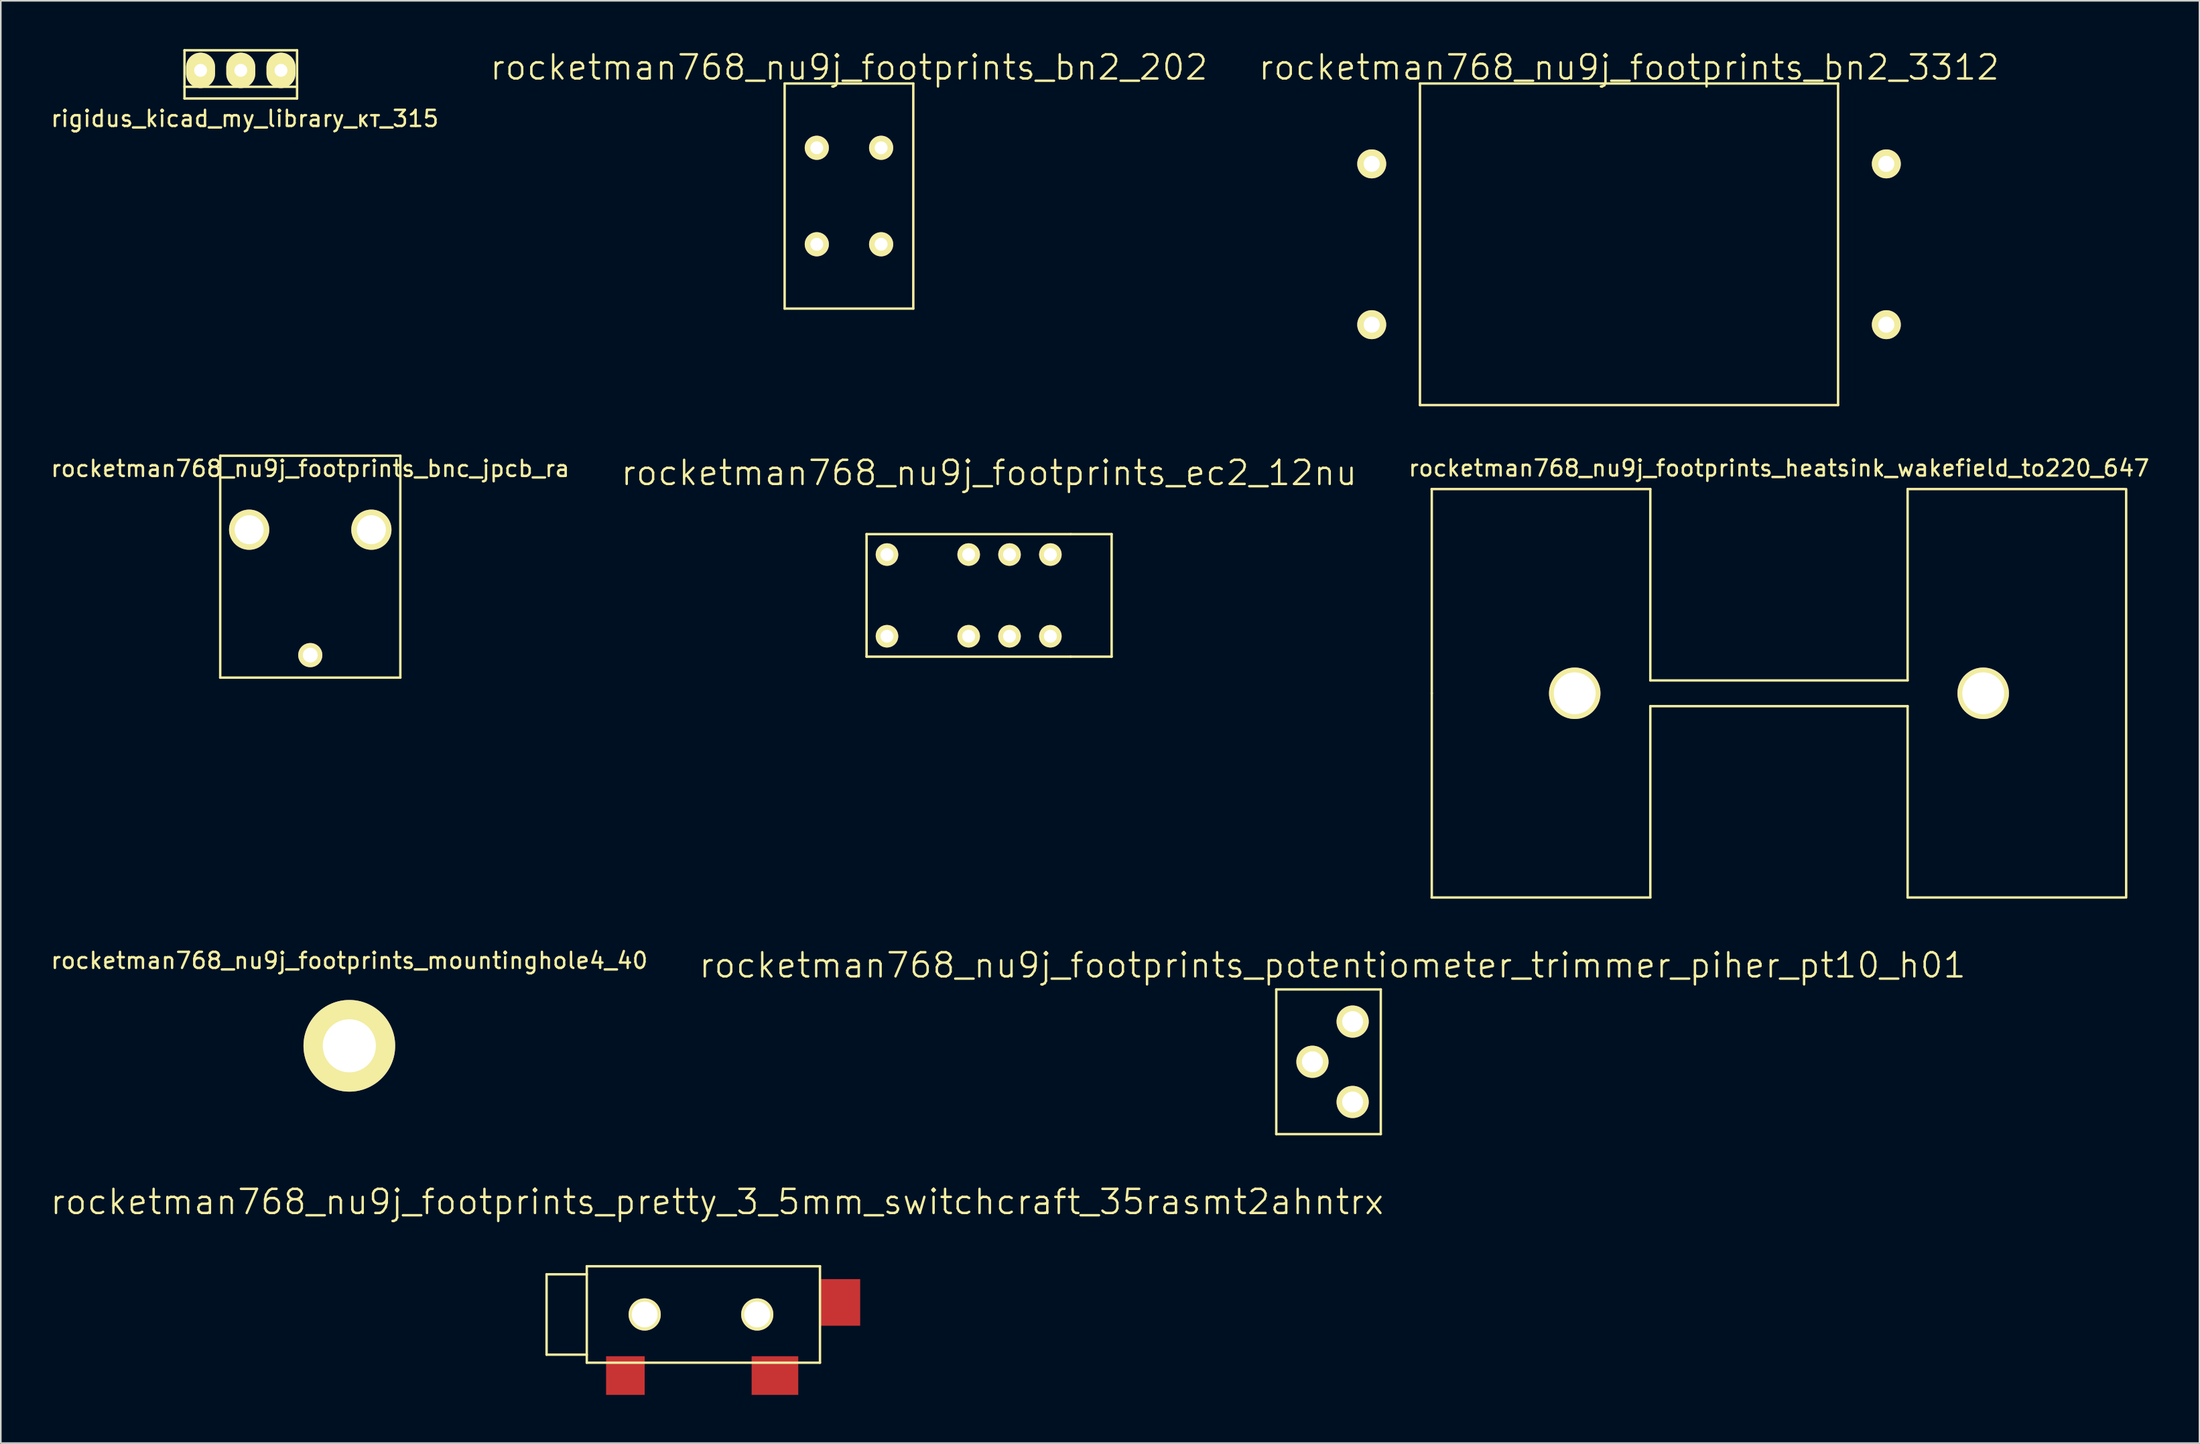
<source format=kicad_pcb>
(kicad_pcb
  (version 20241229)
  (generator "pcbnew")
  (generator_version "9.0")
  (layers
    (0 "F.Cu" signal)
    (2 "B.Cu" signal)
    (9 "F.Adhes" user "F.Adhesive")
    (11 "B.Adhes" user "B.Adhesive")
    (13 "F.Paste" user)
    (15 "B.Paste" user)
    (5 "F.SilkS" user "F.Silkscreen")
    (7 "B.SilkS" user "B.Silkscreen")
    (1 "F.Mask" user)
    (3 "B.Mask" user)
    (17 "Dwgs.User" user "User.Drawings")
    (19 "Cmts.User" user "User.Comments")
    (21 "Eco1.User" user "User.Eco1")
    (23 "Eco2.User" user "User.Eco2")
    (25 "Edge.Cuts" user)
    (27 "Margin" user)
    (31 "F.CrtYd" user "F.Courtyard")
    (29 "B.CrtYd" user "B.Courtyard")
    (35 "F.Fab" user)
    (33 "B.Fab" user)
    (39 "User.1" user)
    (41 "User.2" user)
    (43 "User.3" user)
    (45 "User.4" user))
  (footprint "rocketman768_nu9j_footprints_ec2_12nu"
    (layer "F.Cu")
    (at 52.106 36.517)
    (property "Reference" "rocketman768_nu9j_footprints_ec2_12nu" (at 6.35 -10.16 0) (layer "F.SilkS") (effects (font (size 1.5 1.5) (thickness 0.15))))
    (attr through_hole)
    (fp_line (start -1.27 -6.35) (end -1.27 1.27) (stroke (width 0.15) (type solid)) (layer "F.SilkS"))
    (fp_line (start -1.27 1.27) (end 11.43 1.27) (stroke (width 0.15) (type solid)) (layer "F.SilkS"))
    (fp_line (start 11.43 -6.35) (end -1.27 -6.35) (stroke (width 0.15) (type solid)) (layer "F.SilkS"))
    (fp_line (start 11.43 1.27) (end 13.97 1.27) (stroke (width 0.15) (type solid)) (layer "F.SilkS"))
    (fp_line (start 13.97 -6.35) (end 11.43 -6.35) (stroke (width 0.15) (type solid)) (layer "F.SilkS"))
    (fp_line (start 13.97 1.27) (end 13.97 -6.35) (stroke (width 0.15) (type solid)) (layer "F.SilkS"))
    (pad "1" thru_hole circle (at 0 0) (size 1.4 1.4) (drill 0.8) (layers "*.Cu" "*.Mask" "F.SilkS"))
    (pad "3" thru_hole circle (at 5.08 0) (size 1.4 1.4) (drill 0.8) (layers "*.Cu" "*.Mask" "F.SilkS"))
    (pad "4" thru_hole circle (at 7.62 0) (size 1.4 1.4) (drill 0.8) (layers "*.Cu" "*.Mask" "F.SilkS"))
    (pad "5" thru_hole circle (at 10.16 0) (size 1.4 1.4) (drill 0.8) (layers "*.Cu" "*.Mask" "F.SilkS"))
    (pad "8" thru_hole circle (at 10.16 -5.08) (size 1.4 1.4) (drill 0.8) (layers "*.Cu" "*.Mask" "F.SilkS"))
    (pad "9" thru_hole circle (at 7.62 -5.08) (size 1.4 1.4) (drill 0.8) (layers "*.Cu" "*.Mask" "F.SilkS"))
    (pad "10" thru_hole circle (at 5.08 -5.08) (size 1.4 1.4) (drill 0.8) (layers "*.Cu" "*.Mask" "F.SilkS"))
    (pad "12" thru_hole circle (at 0 -5.08) (size 1.4 1.4) (drill 0.8) (layers "*.Cu" "*.Mask" "F.SilkS")))
  (footprint "rocketman768_nu9j_footprints_bn2_3312"
    (layer "F.Cu")
    (at 98.249 12.141)
    (property "Reference" "rocketman768_nu9j_footprints_bn2_3312" (at 0 -11 0) (layer "F.SilkS") (effects (font (size 1.5 1.5) (thickness 0.15))))
    (attr through_hole)
    (fp_line (start -13 -10) (end 13 -10) (stroke (width 0.15) (type solid)) (layer "F.SilkS"))
    (fp_line (start -13 10) (end -13 -10) (stroke (width 0.15) (type solid)) (layer "F.SilkS"))
    (fp_line (start 13 -10) (end 13 10) (stroke (width 0.15) (type solid)) (layer "F.SilkS"))
    (fp_line (start 13 10) (end -13 10) (stroke (width 0.15) (type solid)) (layer "F.SilkS"))
    (pad "1" thru_hole circle (at -16 -5) (size 1.8 1.8) (drill 1) (layers "*.Cu" "*.Mask" "F.SilkS"))
    (pad "2" thru_hole circle (at -16 5) (size 1.8 1.8) (drill 1) (layers "*.Cu" "*.Mask" "F.SilkS"))
    (pad "3" thru_hole circle (at 16 -5) (size 1.8 1.8) (drill 1) (layers "*.Cu" "*.Mask" "F.SilkS"))
    (pad "4" thru_hole circle (at 16 5) (size 1.8 1.8) (drill 1) (layers "*.Cu" "*.Mask" "F.SilkS")))
  (footprint "rocketman768_nu9j_footprints_bnc_jpcb_ra"
    (layer "F.Cu")
    (at 12.444 29.891)
    (property "Reference" "rocketman768_nu9j_footprints_bnc_jpcb_ra" (at 3.8 -3.8 0) (layer "F.SilkS") (effects (font (size 1 1) (thickness 0.15))))
    (attr through_hole)
    (fp_line (start -1.8 -4.6) (end -1.8 9.2) (stroke (width 0.15) (type solid)) (layer "F.SilkS"))
    (fp_line (start -1.8 9.2) (end 9.4 9.2) (stroke (width 0.15) (type solid)) (layer "F.SilkS"))
    (fp_line (start 9.4 -4.6) (end -1.8 -4.6) (stroke (width 0.15) (type solid)) (layer "F.SilkS"))
    (fp_line (start 9.4 9.2) (end 9.4 -4.6) (stroke (width 0.15) (type solid)) (layer "F.SilkS"))
    (pad "1" thru_hole circle (at 3.8 7.8) (size 1.5 1.5) (drill 0.92) (layers "*.Cu" "*.Mask" "F.SilkS"))
    (pad "2" thru_hole circle (at 0 0) (size 2.5 2.5) (drill 1.8) (layers "*.Cu" "*.Mask" "F.SilkS"))
    (pad "2" thru_hole circle (at 7.6 0) (size 2.5 2.5) (drill 1.8) (layers "*.Cu" "*.Mask" "F.SilkS")))
  (footprint "rocketman768_nu9j_footprints_mountinghole4_40"
    (layer "F.Cu")
    (at 18.673 61.987)
    (property "Reference" "rocketman768_nu9j_footprints_mountinghole4_40" (at 0 -5.3 0) (layer "F.SilkS") (effects (font (size 1 1) (thickness 0.15))))
    (attr through_hole)
    (pad "1" thru_hole circle (at 0 0) (size 5.7 5.7) (drill 3.3) (layers "*.Cu" "*.Mask" "F.SilkS")))
  (footprint "rigidus_kicad_my_library_кт_315"
    (layer "F.Cu")
    (at 11.923 3.075)
    (property "Reference" "rigidus_kicad_my_library_кт_315" (at 0.25 1.25 0) (layer "F.SilkS") (effects (font (size 1 1) (thickness 0.15))))
    (attr through_hole)
    (fp_line (start -3.5 -3) (end -3.5 0) (stroke (width 0.15) (type solid)) (layer "F.SilkS"))
    (fp_line (start -3.5 0) (end 3.5 0) (stroke (width 0.15) (type solid)) (layer "F.SilkS"))
    (fp_line (start 3.5 -3) (end -3.5 -3) (stroke (width 0.15) (type solid)) (layer "F.SilkS"))
    (fp_line (start 3.5 -3) (end 3.5 0) (stroke (width 0.15) (type solid)) (layer "F.SilkS"))
    (fp_line (start 3.5 -0.726) (end -3.5 -0.726) (stroke (width 0.15) (type solid)) (layer "F.SilkS"))
    (pad "1" thru_hole oval (at -2.5 -1.75) (size 1.8 2.2) (drill 0.8) (layers "*.Cu" "*.Mask" "F.SilkS"))
    (pad "2" thru_hole oval (at 0 -1.75) (size 1.8 2.2) (drill 0.8) (layers "*.Cu" "*.Mask" "F.SilkS"))
    (pad "3" thru_hole oval (at 2.5 -1.75) (size 1.8 2.2) (drill 0.8) (layers "*.Cu" "*.Mask" "F.SilkS")))
  (footprint "rocketman768_nu9j_footprints_bn2_202"
    (layer "F.Cu")
    (at 49.742 9.141)
    (property "Reference" "rocketman768_nu9j_footprints_bn2_202" (at 0 -8 0) (layer "F.SilkS") (effects (font (size 1.5 1.5) (thickness 0.15))))
    (attr through_hole)
    (fp_line (start -4 -7) (end -4 7) (stroke (width 0.15) (type solid)) (layer "F.SilkS"))
    (fp_line (start -4 7) (end 4 7) (stroke (width 0.15) (type solid)) (layer "F.SilkS"))
    (fp_line (start 4 -7) (end -4 -7) (stroke (width 0.15) (type solid)) (layer "F.SilkS"))
    (fp_line (start 4 7) (end 4 -7) (stroke (width 0.15) (type solid)) (layer "F.SilkS"))
    (pad "1" thru_hole circle (at -2 -3) (size 1.5 1.5) (drill 0.8) (layers "*.Cu" "*.Mask" "F.SilkS"))
    (pad "2" thru_hole circle (at -2 3) (size 1.5 1.5) (drill 0.8) (layers "*.Cu" "*.Mask" "F.SilkS"))
    (pad "3" thru_hole circle (at 2 -3) (size 1.5 1.5) (drill 0.8) (layers "*.Cu" "*.Mask" "F.SilkS"))
    (pad "4" thru_hole circle (at 2 3) (size 1.5 1.5) (drill 0.8) (layers "*.Cu" "*.Mask" "F.SilkS")))
  (footprint "rocketman768_nu9j_footprints_potentiometer_trimmer_piher_pt10_h01"
    (layer "F.Cu")
    (at 79.813 62.98)
    (property "Reference" "rocketman768_nu9j_footprints_potentiometer_trimmer_piher_pt10_h01" (at 0 -6 0) (layer "F.SilkS") (effects (font (size 1.5 1.5) (thickness 0.15))))
    (attr through_hole)
    (fp_line (start -3.5 -4.5) (end -3.5 4.5) (stroke (width 0.15) (type solid)) (layer "F.SilkS"))
    (fp_line (start -3.5 4.5) (end 3 4.5) (stroke (width 0.15) (type solid)) (layer "F.SilkS"))
    (fp_line (start 3 -4.5) (end -3.5 -4.5) (stroke (width 0.15) (type solid)) (layer "F.SilkS"))
    (fp_line (start 3 4.5) (end 3 -4.5) (stroke (width 0.15) (type solid)) (layer "F.SilkS"))
    (pad "1" thru_hole circle (at 1.25 2.5) (size 2 2) (drill 1.3) (layers "*.Cu" "*.Mask" "F.SilkS"))
    (pad "2" thru_hole circle (at -1.25 0) (size 2 2) (drill 1.3) (layers "*.Cu" "*.Mask" "F.SilkS"))
    (pad "3" thru_hole circle (at 1.25 -2.5) (size 2 2) (drill 1.3) (layers "*.Cu" "*.Mask" "F.SilkS")))
  (footprint "rocketman768_nu9j_footprints_heatsink_wakefield_to220_647"
    (layer "F.Cu")
    (at 107.573 40.064)
    (property "Reference" "rocketman768_nu9j_footprints_heatsink_wakefield_to220_647" (at 0 -14 0) (layer "F.SilkS") (effects (font (size 1 1) (thickness 0.15))))
    (attr through_hole)
    (fp_line (start -21.59 0) (end -21.59 -12.7) (stroke (width 0.15) (type solid)) (layer "F.SilkS"))
    (fp_line (start -21.59 12.7) (end -21.59 0) (stroke (width 0.15) (type solid)) (layer "F.SilkS"))
    (fp_line (start -8 -12.7) (end -21.6 -12.7) (stroke (width 0.15) (type solid)) (layer "F.SilkS"))
    (fp_line (start -8 -0.8) (end -8 -12.7) (stroke (width 0.15) (type solid)) (layer "F.SilkS"))
    (fp_line (start -8 0.8) (end -8 12.7) (stroke (width 0.15) (type solid)) (layer "F.SilkS"))
    (fp_line (start -8 0.8) (end 8 0.8) (stroke (width 0.15) (type solid)) (layer "F.SilkS"))
    (fp_line (start -8 12.7) (end -21.6 12.7) (stroke (width 0.15) (type solid)) (layer "F.SilkS"))
    (fp_line (start 8 -12.7) (end 21.5 -12.7) (stroke (width 0.15) (type solid)) (layer "F.SilkS"))
    (fp_line (start 8 -0.8) (end -8 -0.8) (stroke (width 0.15) (type solid)) (layer "F.SilkS"))
    (fp_line (start 8 -0.8) (end 8 -12.7) (stroke (width 0.15) (type solid)) (layer "F.SilkS"))
    (fp_line (start 8 0.8) (end 8 12.7) (stroke (width 0.15) (type solid)) (layer "F.SilkS"))
    (fp_line (start 8 12.7) (end 21.5 12.7) (stroke (width 0.15) (type solid)) (layer "F.SilkS"))
    (fp_line (start 21.59 -12.7) (end 21.59 12.7) (stroke (width 0.15) (type solid)) (layer "F.SilkS"))
    (pad "" np_thru_hole circle (at -12.7 0) (size 3.2 3.2) (drill 2.6) (layers "*.Cu" "*.Mask" "F.SilkS"))
    (pad "" np_thru_hole circle (at 12.7 0) (size 3.2 3.2) (drill 2.6) (layers "*.Cu" "*.Mask" "F.SilkS")))
  (footprint "rocketman768_nu9j_footprints_pretty_3_5mm_switchcraft_35rasmt2ahntrx"
    (layer "F.Cu")
    (at 37.039 78.695)
    (property "Reference" "rocketman768_nu9j_footprints_pretty_3_5mm_switchcraft_35rasmt2ahntrx" (at 4.5 -7 0) (layer "F.SilkS") (effects (font (size 1.5 1.5) (thickness 0.15))))
    (attr through_hole)
    (fp_line (start -6.1 -2.5) (end -6.1 2.5) (stroke (width 0.15) (type solid)) (layer "F.SilkS"))
    (fp_line (start -6.1 -2.5) (end -3.6 -2.5) (stroke (width 0.15) (type solid)) (layer "F.SilkS"))
    (fp_line (start -6.1 2.5) (end -3.6 2.5) (stroke (width 0.15) (type solid)) (layer "F.SilkS"))
    (fp_line (start -3.6 -3) (end 10.9 -3) (stroke (width 0.15) (type solid)) (layer "F.SilkS"))
    (fp_line (start -3.6 3) (end -3.6 -3) (stroke (width 0.15) (type solid)) (layer "F.SilkS"))
    (fp_line (start 10.9 -3) (end 10.9 3) (stroke (width 0.15) (type solid)) (layer "F.SilkS"))
    (fp_line (start 10.9 3) (end -3.6 3) (stroke (width 0.15) (type solid)) (layer "F.SilkS"))
    (pad "" np_thru_hole circle (at 0 0) (size 2 2) (drill 1.6) (layers "*.Cu" "*.Mask" "F.SilkS"))
    (pad "" np_thru_hole circle (at 7 0) (size 2 2) (drill 1.6) (layers "*.Cu" "*.Mask" "F.SilkS"))
    (pad "1" smd rect (at -1.2 3.8) (size 2.4 2.4) (layers "F.Cu" "F.Mask" "F.Paste"))
    (pad "2" smd rect (at 8.1 3.8) (size 2.9 2.4) (layers "F.Cu" "F.Mask" "F.Paste"))
    (pad "3" smd rect (at 12.15 -0.75) (size 2.5 2.9) (layers "F.Cu" "F.Mask" "F.Paste")))
  (gr_rect
    (start -3 -3)
    (end 133.721 86.695)
    (stroke (width 0.1) (type default))
    (fill no)
    (layer "Edge.Cuts")))
</source>
